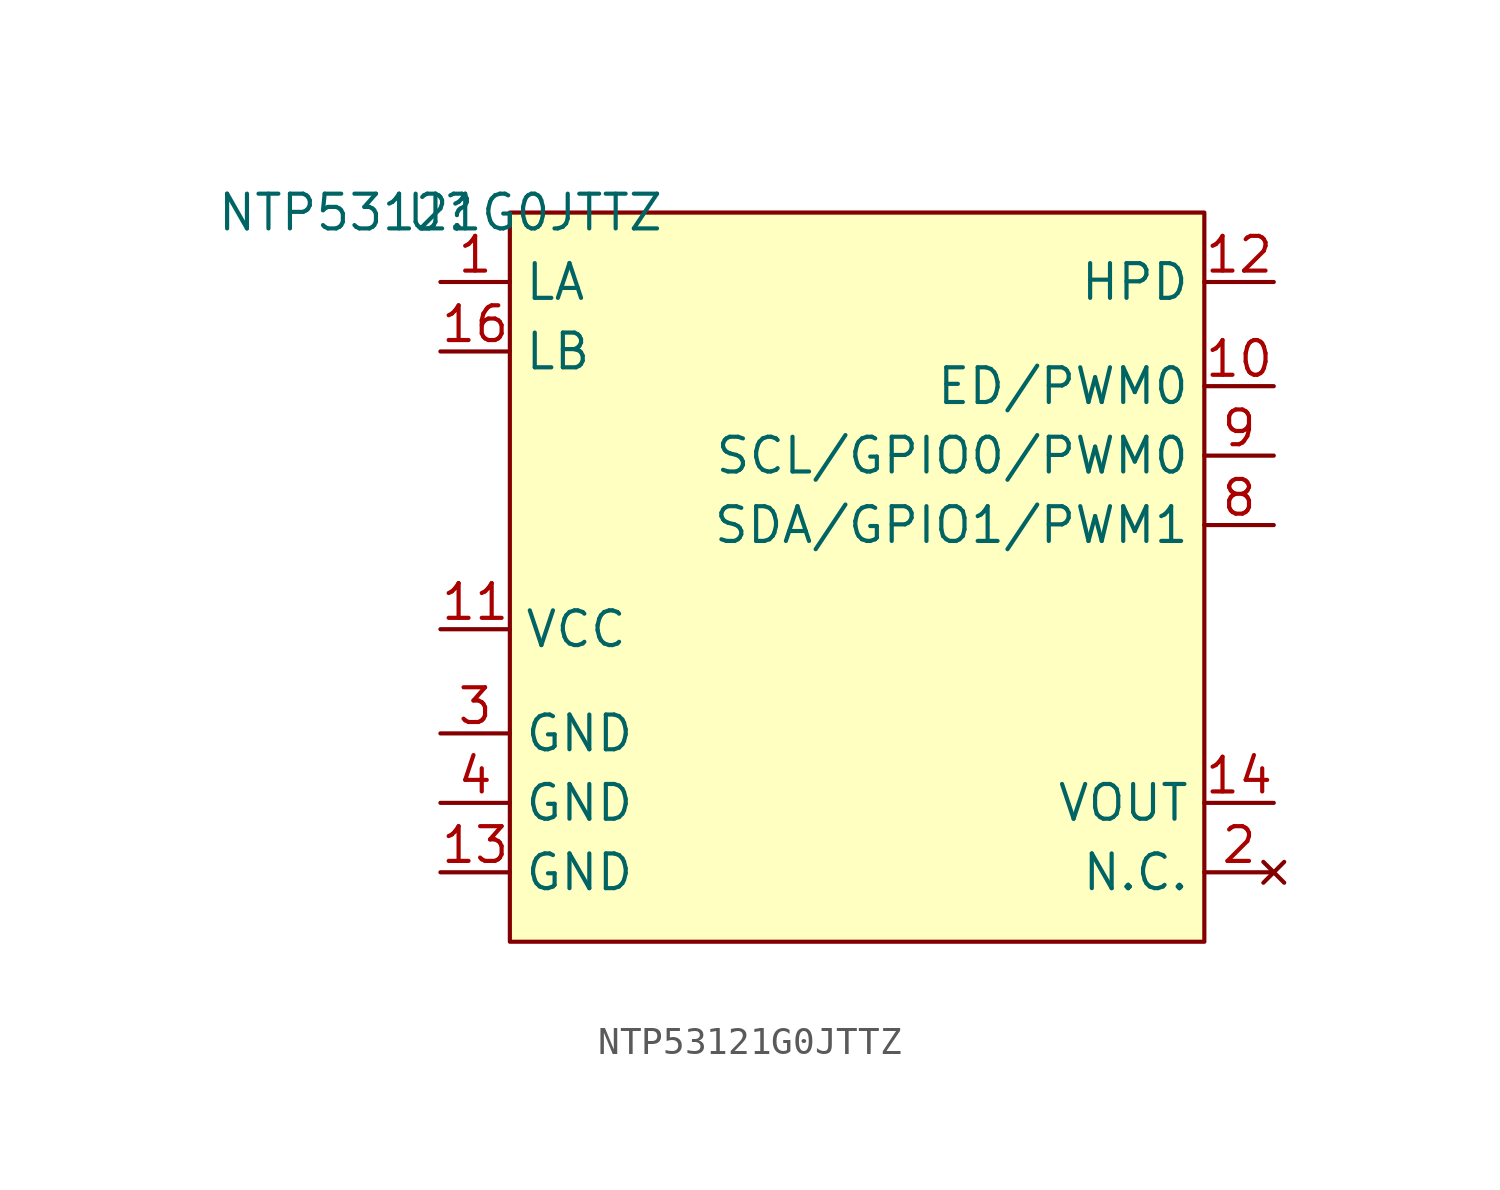
<source format=kicad_sym>
(kicad_symbol_lib
  (version 20231120)
  (generator "kicad_symbol_editor")
  (generator_version "8.0")
  (symbol "NTP53121G0JTTZ"
    (property "Reference" "U"
      (at 0 0 0)
      (effects (font (size 1.27 1.27))))
    (property "Value" "NTP53121G0JTTZ"
      (at 0 0 0)
      (effects (font (size 1.27 1.27))))
    (symbol "NTP53121G0JTTZ_0_0"
      (pin bidirectional line (at 0 -2.54 0) (length 2.54) (name "LA" (effects (font (size 1.27 1.27)))) (number "1" (effects (font (size 1.27 1.27)))))
      (pin bidirectional line (at 30.48 -6.35 180) (length 2.54) (name "ED/PWM0" (effects (font (size 1.27 1.27)))) (number "10" (effects (font (size 1.27 1.27)))))
      (pin power_in line (at 0 -15.24 0) (length 2.54) (name "VCC" (effects (font (size 1.27 1.27)))) (number "11" (effects (font (size 1.27 1.27)))))
      (pin input line (at 30.48 -2.54 180) (length 2.54) (name "HPD" (effects (font (size 1.27 1.27)))) (number "12" (effects (font (size 1.27 1.27)))))
      (pin power_in line (at 0 -24.13 0) (length 2.54) (name "GND" (effects (font (size 1.27 1.27)))) (number "13" (effects (font (size 1.27 1.27)))))
      (pin power_out line (at 30.48 -21.59 180) (length 2.54) (name "VOUT" (effects (font (size 1.27 1.27)))) (number "14" (effects (font (size 1.27 1.27)))))
      (pin no_connect line (at 30.48 -24.13 180) (length 2.54) hide (name "N.C." (effects (font (size 1.27 1.27)))) (number "15" (effects (font (size 1.27 1.27)))))
      (pin bidirectional line (at 0 -5.08 0) (length 2.54) (name "LB" (effects (font (size 1.27 1.27)))) (number "16" (effects (font (size 1.27 1.27)))))
      (pin no_connect line (at 30.48 -24.13 180) (length 2.54) (name "N.C." (effects (font (size 1.27 1.27)))) (number "2" (effects (font (size 1.27 1.27)))))
      (pin power_in line (at 0 -19.05 0) (length 2.54) (name "GND" (effects (font (size 1.27 1.27)))) (number "3" (effects (font (size 1.27 1.27)))))
      (pin power_in line (at 0 -21.59 0) (length 2.54) (name "GND" (effects (font (size 1.27 1.27)))) (number "4" (effects (font (size 1.27 1.27)))))
      (pin no_connect line (at 30.48 -24.13 180) (length 2.54) hide (name "N.C." (effects (font (size 1.27 1.27)))) (number "5" (effects (font (size 1.27 1.27)))))
      (pin no_connect line (at 30.48 -24.13 180) (length 2.54) hide (name "N.C." (effects (font (size 1.27 1.27)))) (number "6" (effects (font (size 1.27 1.27)))))
      (pin no_connect line (at 30.48 -24.13 180) (length 2.54) hide (name "N.C." (effects (font (size 1.27 1.27)))) (number "7" (effects (font (size 1.27 1.27)))))
      (pin bidirectional line (at 30.48 -11.43 180) (length 2.54) (name "SDA/GPIO1/PWM1" (effects (font (size 1.27 1.27)))) (number "8" (effects (font (size 1.27 1.27)))))
      (pin bidirectional line (at 30.48 -8.89 180) (length 2.54) (name "SCL/GPIO0/PWM0" (effects (font (size 1.27 1.27)))) (number "9" (effects (font (size 1.27 1.27))))))
    (symbol "NTP53121G0JTTZ_1_1"
      (rectangle (start 2.54 0) (end 27.94 -26.67) (stroke (width 0) (type default)) (fill (type background))))))
</source>
